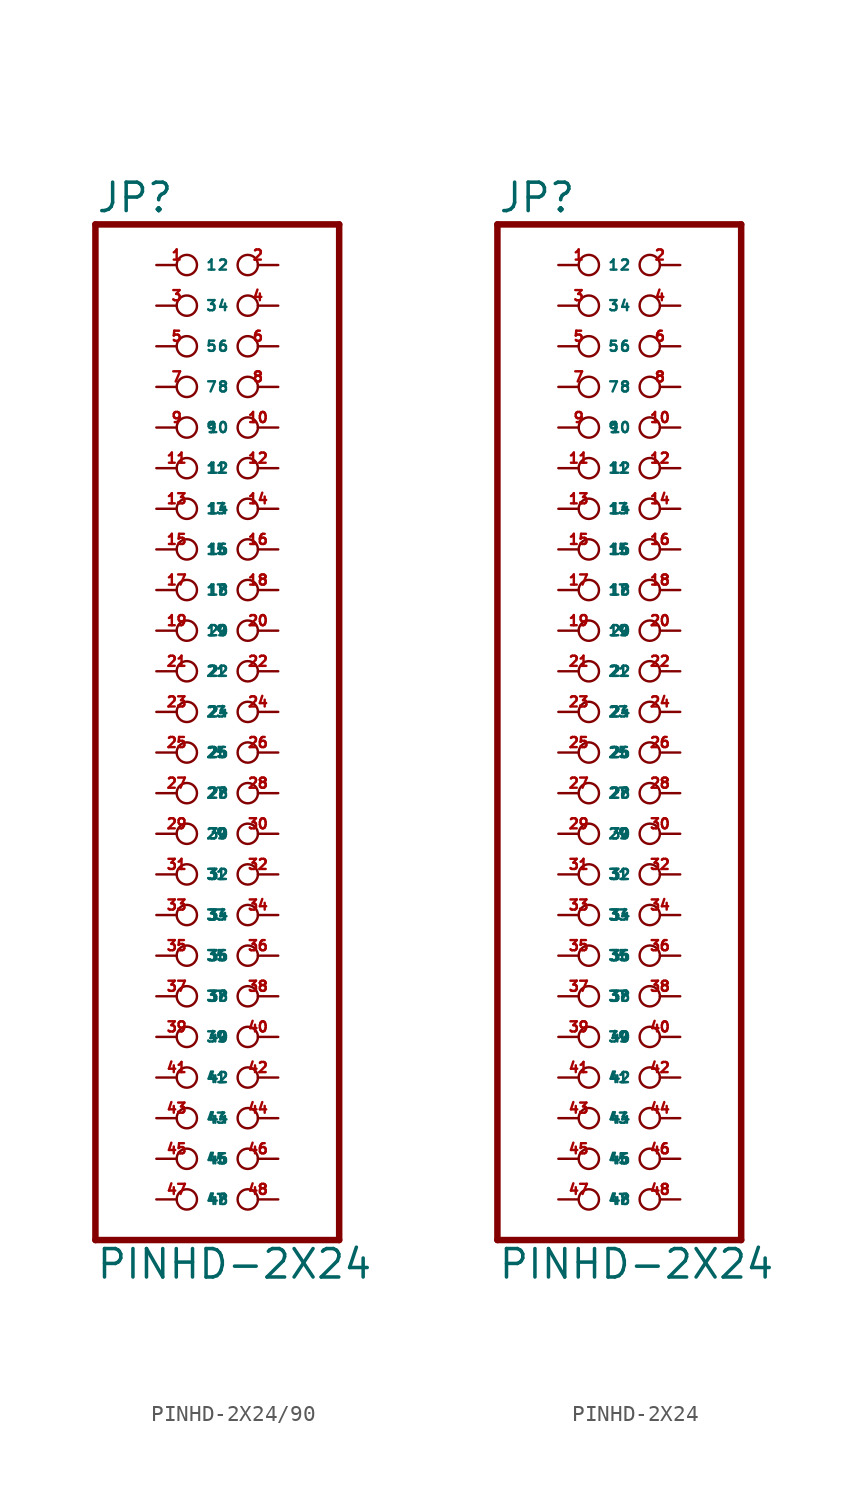
<source format=kicad_sym>
(kicad_symbol_lib
  (version 20220914)
  (generator Eagle2Kicad)
  (symbol "PINHD-2X24/90"
    (property "Reference" "JP"
      (at -6.35 31.115 0)
      (effects (font (size 1.778 1.778) (thickness 0.22)) (justify left bottom)))
    (property "Value" "PINHD-2X24"
      (at -6.35 -35.56 0)
      (effects (font (size 1.778 1.778) (thickness 0.22)) (justify left bottom)))
    (polyline
      (pts (xy -6.35 -33.02) (xy 8.89 -33.02))
      (stroke (width 0.406) (type default))
      (fill (type none)))
    (polyline
      (pts (xy 8.89 -33.02) (xy 8.89 30.48))
      (stroke (width 0.406) (type default))
      (fill (type none)))
    (polyline
      (pts (xy 8.89 30.48) (xy -6.35 30.48))
      (stroke (width 0.406) (type default))
      (fill (type none)))
    (polyline
      (pts (xy -6.35 30.48) (xy -6.35 -33.02))
      (stroke (width 0.406) (type default))
      (fill (type none)))
    (pin passive inverted
      (at -2.54 27.94 0)
      (length 2.54)
      (name "1" (effects (font (size 0.635 0.635) (thickness 0.08)) (justify left bottom)))
      (number "1" (effects (font (size 0.635 0.635) (thickness 0.08)) (justify left bottom))))
    (pin passive inverted
      (at 5.08 27.94 180)
      (length 2.54)
      (name "2" (effects (font (size 0.635 0.635) (thickness 0.08)) (justify left bottom)))
      (number "2" (effects (font (size 0.635 0.635) (thickness 0.08)) (justify left bottom))))
    (pin passive inverted
      (at -2.54 25.4 0)
      (length 2.54)
      (name "3" (effects (font (size 0.635 0.635) (thickness 0.08)) (justify left bottom)))
      (number "3" (effects (font (size 0.635 0.635) (thickness 0.08)) (justify left bottom))))
    (pin passive inverted
      (at 5.08 25.4 180)
      (length 2.54)
      (name "4" (effects (font (size 0.635 0.635) (thickness 0.08)) (justify left bottom)))
      (number "4" (effects (font (size 0.635 0.635) (thickness 0.08)) (justify left bottom))))
    (pin passive inverted
      (at -2.54 22.86 0)
      (length 2.54)
      (name "5" (effects (font (size 0.635 0.635) (thickness 0.08)) (justify left bottom)))
      (number "5" (effects (font (size 0.635 0.635) (thickness 0.08)) (justify left bottom))))
    (pin passive inverted
      (at 5.08 22.86 180)
      (length 2.54)
      (name "6" (effects (font (size 0.635 0.635) (thickness 0.08)) (justify left bottom)))
      (number "6" (effects (font (size 0.635 0.635) (thickness 0.08)) (justify left bottom))))
    (pin passive inverted
      (at -2.54 20.32 0)
      (length 2.54)
      (name "7" (effects (font (size 0.635 0.635) (thickness 0.08)) (justify left bottom)))
      (number "7" (effects (font (size 0.635 0.635) (thickness 0.08)) (justify left bottom))))
    (pin passive inverted
      (at 5.08 20.32 180)
      (length 2.54)
      (name "8" (effects (font (size 0.635 0.635) (thickness 0.08)) (justify left bottom)))
      (number "8" (effects (font (size 0.635 0.635) (thickness 0.08)) (justify left bottom))))
    (pin passive inverted
      (at -2.54 17.78 0)
      (length 2.54)
      (name "9" (effects (font (size 0.635 0.635) (thickness 0.08)) (justify left bottom)))
      (number "9" (effects (font (size 0.635 0.635) (thickness 0.08)) (justify left bottom))))
    (pin passive inverted
      (at 5.08 17.78 180)
      (length 2.54)
      (name "10" (effects (font (size 0.635 0.635) (thickness 0.08)) (justify left bottom)))
      (number "10" (effects (font (size 0.635 0.635) (thickness 0.08)) (justify left bottom))))
    (pin passive inverted
      (at -2.54 15.24 0)
      (length 2.54)
      (name "11" (effects (font (size 0.635 0.635) (thickness 0.08)) (justify left bottom)))
      (number "11" (effects (font (size 0.635 0.635) (thickness 0.08)) (justify left bottom))))
    (pin passive inverted
      (at 5.08 15.24 180)
      (length 2.54)
      (name "12" (effects (font (size 0.635 0.635) (thickness 0.08)) (justify left bottom)))
      (number "12" (effects (font (size 0.635 0.635) (thickness 0.08)) (justify left bottom))))
    (pin passive inverted
      (at -2.54 12.7 0)
      (length 2.54)
      (name "13" (effects (font (size 0.635 0.635) (thickness 0.08)) (justify left bottom)))
      (number "13" (effects (font (size 0.635 0.635) (thickness 0.08)) (justify left bottom))))
    (pin passive inverted
      (at 5.08 12.7 180)
      (length 2.54)
      (name "14" (effects (font (size 0.635 0.635) (thickness 0.08)) (justify left bottom)))
      (number "14" (effects (font (size 0.635 0.635) (thickness 0.08)) (justify left bottom))))
    (pin passive inverted
      (at -2.54 10.16 0)
      (length 2.54)
      (name "15" (effects (font (size 0.635 0.635) (thickness 0.08)) (justify left bottom)))
      (number "15" (effects (font (size 0.635 0.635) (thickness 0.08)) (justify left bottom))))
    (pin passive inverted
      (at 5.08 10.16 180)
      (length 2.54)
      (name "16" (effects (font (size 0.635 0.635) (thickness 0.08)) (justify left bottom)))
      (number "16" (effects (font (size 0.635 0.635) (thickness 0.08)) (justify left bottom))))
    (pin passive inverted
      (at -2.54 7.62 0)
      (length 2.54)
      (name "17" (effects (font (size 0.635 0.635) (thickness 0.08)) (justify left bottom)))
      (number "17" (effects (font (size 0.635 0.635) (thickness 0.08)) (justify left bottom))))
    (pin passive inverted
      (at 5.08 7.62 180)
      (length 2.54)
      (name "18" (effects (font (size 0.635 0.635) (thickness 0.08)) (justify left bottom)))
      (number "18" (effects (font (size 0.635 0.635) (thickness 0.08)) (justify left bottom))))
    (pin passive inverted
      (at -2.54 5.08 0)
      (length 2.54)
      (name "19" (effects (font (size 0.635 0.635) (thickness 0.08)) (justify left bottom)))
      (number "19" (effects (font (size 0.635 0.635) (thickness 0.08)) (justify left bottom))))
    (pin passive inverted
      (at 5.08 5.08 180)
      (length 2.54)
      (name "20" (effects (font (size 0.635 0.635) (thickness 0.08)) (justify left bottom)))
      (number "20" (effects (font (size 0.635 0.635) (thickness 0.08)) (justify left bottom))))
    (pin passive inverted
      (at -2.54 2.54 0)
      (length 2.54)
      (name "21" (effects (font (size 0.635 0.635) (thickness 0.08)) (justify left bottom)))
      (number "21" (effects (font (size 0.635 0.635) (thickness 0.08)) (justify left bottom))))
    (pin passive inverted
      (at 5.08 2.54 180)
      (length 2.54)
      (name "22" (effects (font (size 0.635 0.635) (thickness 0.08)) (justify left bottom)))
      (number "22" (effects (font (size 0.635 0.635) (thickness 0.08)) (justify left bottom))))
    (pin passive inverted
      (at -2.54 0 0)
      (length 2.54)
      (name "23" (effects (font (size 0.635 0.635) (thickness 0.08)) (justify left bottom)))
      (number "23" (effects (font (size 0.635 0.635) (thickness 0.08)) (justify left bottom))))
    (pin passive inverted
      (at 5.08 0 180)
      (length 2.54)
      (name "24" (effects (font (size 0.635 0.635) (thickness 0.08)) (justify left bottom)))
      (number "24" (effects (font (size 0.635 0.635) (thickness 0.08)) (justify left bottom))))
    (pin passive inverted
      (at -2.54 -2.54 0)
      (length 2.54)
      (name "25" (effects (font (size 0.635 0.635) (thickness 0.08)) (justify left bottom)))
      (number "25" (effects (font (size 0.635 0.635) (thickness 0.08)) (justify left bottom))))
    (pin passive inverted
      (at 5.08 -2.54 180)
      (length 2.54)
      (name "26" (effects (font (size 0.635 0.635) (thickness 0.08)) (justify left bottom)))
      (number "26" (effects (font (size 0.635 0.635) (thickness 0.08)) (justify left bottom))))
    (pin passive inverted
      (at -2.54 -5.08 0)
      (length 2.54)
      (name "27" (effects (font (size 0.635 0.635) (thickness 0.08)) (justify left bottom)))
      (number "27" (effects (font (size 0.635 0.635) (thickness 0.08)) (justify left bottom))))
    (pin passive inverted
      (at 5.08 -5.08 180)
      (length 2.54)
      (name "28" (effects (font (size 0.635 0.635) (thickness 0.08)) (justify left bottom)))
      (number "28" (effects (font (size 0.635 0.635) (thickness 0.08)) (justify left bottom))))
    (pin passive inverted
      (at -2.54 -7.62 0)
      (length 2.54)
      (name "29" (effects (font (size 0.635 0.635) (thickness 0.08)) (justify left bottom)))
      (number "29" (effects (font (size 0.635 0.635) (thickness 0.08)) (justify left bottom))))
    (pin passive inverted
      (at 5.08 -7.62 180)
      (length 2.54)
      (name "30" (effects (font (size 0.635 0.635) (thickness 0.08)) (justify left bottom)))
      (number "30" (effects (font (size 0.635 0.635) (thickness 0.08)) (justify left bottom))))
    (pin passive inverted
      (at -2.54 -10.16 0)
      (length 2.54)
      (name "31" (effects (font (size 0.635 0.635) (thickness 0.08)) (justify left bottom)))
      (number "31" (effects (font (size 0.635 0.635) (thickness 0.08)) (justify left bottom))))
    (pin passive inverted
      (at 5.08 -10.16 180)
      (length 2.54)
      (name "32" (effects (font (size 0.635 0.635) (thickness 0.08)) (justify left bottom)))
      (number "32" (effects (font (size 0.635 0.635) (thickness 0.08)) (justify left bottom))))
    (pin passive inverted
      (at -2.54 -12.7 0)
      (length 2.54)
      (name "33" (effects (font (size 0.635 0.635) (thickness 0.08)) (justify left bottom)))
      (number "33" (effects (font (size 0.635 0.635) (thickness 0.08)) (justify left bottom))))
    (pin passive inverted
      (at 5.08 -12.7 180)
      (length 2.54)
      (name "34" (effects (font (size 0.635 0.635) (thickness 0.08)) (justify left bottom)))
      (number "34" (effects (font (size 0.635 0.635) (thickness 0.08)) (justify left bottom))))
    (pin passive inverted
      (at -2.54 -15.24 0)
      (length 2.54)
      (name "35" (effects (font (size 0.635 0.635) (thickness 0.08)) (justify left bottom)))
      (number "35" (effects (font (size 0.635 0.635) (thickness 0.08)) (justify left bottom))))
    (pin passive inverted
      (at 5.08 -15.24 180)
      (length 2.54)
      (name "36" (effects (font (size 0.635 0.635) (thickness 0.08)) (justify left bottom)))
      (number "36" (effects (font (size 0.635 0.635) (thickness 0.08)) (justify left bottom))))
    (pin passive inverted
      (at -2.54 -17.78 0)
      (length 2.54)
      (name "37" (effects (font (size 0.635 0.635) (thickness 0.08)) (justify left bottom)))
      (number "37" (effects (font (size 0.635 0.635) (thickness 0.08)) (justify left bottom))))
    (pin passive inverted
      (at 5.08 -17.78 180)
      (length 2.54)
      (name "38" (effects (font (size 0.635 0.635) (thickness 0.08)) (justify left bottom)))
      (number "38" (effects (font (size 0.635 0.635) (thickness 0.08)) (justify left bottom))))
    (pin passive inverted
      (at -2.54 -20.32 0)
      (length 2.54)
      (name "39" (effects (font (size 0.635 0.635) (thickness 0.08)) (justify left bottom)))
      (number "39" (effects (font (size 0.635 0.635) (thickness 0.08)) (justify left bottom))))
    (pin passive inverted
      (at 5.08 -20.32 180)
      (length 2.54)
      (name "40" (effects (font (size 0.635 0.635) (thickness 0.08)) (justify left bottom)))
      (number "40" (effects (font (size 0.635 0.635) (thickness 0.08)) (justify left bottom))))
    (pin passive inverted
      (at -2.54 -22.86 0)
      (length 2.54)
      (name "41" (effects (font (size 0.635 0.635) (thickness 0.08)) (justify left bottom)))
      (number "41" (effects (font (size 0.635 0.635) (thickness 0.08)) (justify left bottom))))
    (pin passive inverted
      (at 5.08 -22.86 180)
      (length 2.54)
      (name "42" (effects (font (size 0.635 0.635) (thickness 0.08)) (justify left bottom)))
      (number "42" (effects (font (size 0.635 0.635) (thickness 0.08)) (justify left bottom))))
    (pin passive inverted
      (at -2.54 -25.4 0)
      (length 2.54)
      (name "43" (effects (font (size 0.635 0.635) (thickness 0.08)) (justify left bottom)))
      (number "43" (effects (font (size 0.635 0.635) (thickness 0.08)) (justify left bottom))))
    (pin passive inverted
      (at 5.08 -25.4 180)
      (length 2.54)
      (name "44" (effects (font (size 0.635 0.635) (thickness 0.08)) (justify left bottom)))
      (number "44" (effects (font (size 0.635 0.635) (thickness 0.08)) (justify left bottom))))
    (pin passive inverted
      (at -2.54 -27.94 0)
      (length 2.54)
      (name "45" (effects (font (size 0.635 0.635) (thickness 0.08)) (justify left bottom)))
      (number "45" (effects (font (size 0.635 0.635) (thickness 0.08)) (justify left bottom))))
    (pin passive inverted
      (at 5.08 -27.94 180)
      (length 2.54)
      (name "46" (effects (font (size 0.635 0.635) (thickness 0.08)) (justify left bottom)))
      (number "46" (effects (font (size 0.635 0.635) (thickness 0.08)) (justify left bottom))))
    (pin passive inverted
      (at -2.54 -30.48 0)
      (length 2.54)
      (name "47" (effects (font (size 0.635 0.635) (thickness 0.08)) (justify left bottom)))
      (number "47" (effects (font (size 0.635 0.635) (thickness 0.08)) (justify left bottom))))
    (pin passive inverted
      (at 5.08 -30.48 180)
      (length 2.54)
      (name "48" (effects (font (size 0.635 0.635) (thickness 0.08)) (justify left bottom)))
      (number "48" (effects (font (size 0.635 0.635) (thickness 0.08)) (justify left bottom)))))
  (symbol "PINHD-2X24"
    (property "Reference" "JP"
      (at -6.35 31.115 0)
      (effects (font (size 1.778 1.778) (thickness 0.22)) (justify left bottom)))
    (property "Value" "PINHD-2X24"
      (at -6.35 -35.56 0)
      (effects (font (size 1.778 1.778) (thickness 0.22)) (justify left bottom)))
    (polyline
      (pts (xy -6.35 -33.02) (xy 8.89 -33.02))
      (stroke (width 0.406) (type default))
      (fill (type none)))
    (polyline
      (pts (xy 8.89 -33.02) (xy 8.89 30.48))
      (stroke (width 0.406) (type default))
      (fill (type none)))
    (polyline
      (pts (xy 8.89 30.48) (xy -6.35 30.48))
      (stroke (width 0.406) (type default))
      (fill (type none)))
    (polyline
      (pts (xy -6.35 30.48) (xy -6.35 -33.02))
      (stroke (width 0.406) (type default))
      (fill (type none)))
    (pin passive inverted
      (at -2.54 27.94 0)
      (length 2.54)
      (name "1" (effects (font (size 0.635 0.635) (thickness 0.08)) (justify left bottom)))
      (number "1" (effects (font (size 0.635 0.635) (thickness 0.08)) (justify left bottom))))
    (pin passive inverted
      (at 5.08 27.94 180)
      (length 2.54)
      (name "2" (effects (font (size 0.635 0.635) (thickness 0.08)) (justify left bottom)))
      (number "2" (effects (font (size 0.635 0.635) (thickness 0.08)) (justify left bottom))))
    (pin passive inverted
      (at -2.54 25.4 0)
      (length 2.54)
      (name "3" (effects (font (size 0.635 0.635) (thickness 0.08)) (justify left bottom)))
      (number "3" (effects (font (size 0.635 0.635) (thickness 0.08)) (justify left bottom))))
    (pin passive inverted
      (at 5.08 25.4 180)
      (length 2.54)
      (name "4" (effects (font (size 0.635 0.635) (thickness 0.08)) (justify left bottom)))
      (number "4" (effects (font (size 0.635 0.635) (thickness 0.08)) (justify left bottom))))
    (pin passive inverted
      (at -2.54 22.86 0)
      (length 2.54)
      (name "5" (effects (font (size 0.635 0.635) (thickness 0.08)) (justify left bottom)))
      (number "5" (effects (font (size 0.635 0.635) (thickness 0.08)) (justify left bottom))))
    (pin passive inverted
      (at 5.08 22.86 180)
      (length 2.54)
      (name "6" (effects (font (size 0.635 0.635) (thickness 0.08)) (justify left bottom)))
      (number "6" (effects (font (size 0.635 0.635) (thickness 0.08)) (justify left bottom))))
    (pin passive inverted
      (at -2.54 20.32 0)
      (length 2.54)
      (name "7" (effects (font (size 0.635 0.635) (thickness 0.08)) (justify left bottom)))
      (number "7" (effects (font (size 0.635 0.635) (thickness 0.08)) (justify left bottom))))
    (pin passive inverted
      (at 5.08 20.32 180)
      (length 2.54)
      (name "8" (effects (font (size 0.635 0.635) (thickness 0.08)) (justify left bottom)))
      (number "8" (effects (font (size 0.635 0.635) (thickness 0.08)) (justify left bottom))))
    (pin passive inverted
      (at -2.54 17.78 0)
      (length 2.54)
      (name "9" (effects (font (size 0.635 0.635) (thickness 0.08)) (justify left bottom)))
      (number "9" (effects (font (size 0.635 0.635) (thickness 0.08)) (justify left bottom))))
    (pin passive inverted
      (at 5.08 17.78 180)
      (length 2.54)
      (name "10" (effects (font (size 0.635 0.635) (thickness 0.08)) (justify left bottom)))
      (number "10" (effects (font (size 0.635 0.635) (thickness 0.08)) (justify left bottom))))
    (pin passive inverted
      (at -2.54 15.24 0)
      (length 2.54)
      (name "11" (effects (font (size 0.635 0.635) (thickness 0.08)) (justify left bottom)))
      (number "11" (effects (font (size 0.635 0.635) (thickness 0.08)) (justify left bottom))))
    (pin passive inverted
      (at 5.08 15.24 180)
      (length 2.54)
      (name "12" (effects (font (size 0.635 0.635) (thickness 0.08)) (justify left bottom)))
      (number "12" (effects (font (size 0.635 0.635) (thickness 0.08)) (justify left bottom))))
    (pin passive inverted
      (at -2.54 12.7 0)
      (length 2.54)
      (name "13" (effects (font (size 0.635 0.635) (thickness 0.08)) (justify left bottom)))
      (number "13" (effects (font (size 0.635 0.635) (thickness 0.08)) (justify left bottom))))
    (pin passive inverted
      (at 5.08 12.7 180)
      (length 2.54)
      (name "14" (effects (font (size 0.635 0.635) (thickness 0.08)) (justify left bottom)))
      (number "14" (effects (font (size 0.635 0.635) (thickness 0.08)) (justify left bottom))))
    (pin passive inverted
      (at -2.54 10.16 0)
      (length 2.54)
      (name "15" (effects (font (size 0.635 0.635) (thickness 0.08)) (justify left bottom)))
      (number "15" (effects (font (size 0.635 0.635) (thickness 0.08)) (justify left bottom))))
    (pin passive inverted
      (at 5.08 10.16 180)
      (length 2.54)
      (name "16" (effects (font (size 0.635 0.635) (thickness 0.08)) (justify left bottom)))
      (number "16" (effects (font (size 0.635 0.635) (thickness 0.08)) (justify left bottom))))
    (pin passive inverted
      (at -2.54 7.62 0)
      (length 2.54)
      (name "17" (effects (font (size 0.635 0.635) (thickness 0.08)) (justify left bottom)))
      (number "17" (effects (font (size 0.635 0.635) (thickness 0.08)) (justify left bottom))))
    (pin passive inverted
      (at 5.08 7.62 180)
      (length 2.54)
      (name "18" (effects (font (size 0.635 0.635) (thickness 0.08)) (justify left bottom)))
      (number "18" (effects (font (size 0.635 0.635) (thickness 0.08)) (justify left bottom))))
    (pin passive inverted
      (at -2.54 5.08 0)
      (length 2.54)
      (name "19" (effects (font (size 0.635 0.635) (thickness 0.08)) (justify left bottom)))
      (number "19" (effects (font (size 0.635 0.635) (thickness 0.08)) (justify left bottom))))
    (pin passive inverted
      (at 5.08 5.08 180)
      (length 2.54)
      (name "20" (effects (font (size 0.635 0.635) (thickness 0.08)) (justify left bottom)))
      (number "20" (effects (font (size 0.635 0.635) (thickness 0.08)) (justify left bottom))))
    (pin passive inverted
      (at -2.54 2.54 0)
      (length 2.54)
      (name "21" (effects (font (size 0.635 0.635) (thickness 0.08)) (justify left bottom)))
      (number "21" (effects (font (size 0.635 0.635) (thickness 0.08)) (justify left bottom))))
    (pin passive inverted
      (at 5.08 2.54 180)
      (length 2.54)
      (name "22" (effects (font (size 0.635 0.635) (thickness 0.08)) (justify left bottom)))
      (number "22" (effects (font (size 0.635 0.635) (thickness 0.08)) (justify left bottom))))
    (pin passive inverted
      (at -2.54 0 0)
      (length 2.54)
      (name "23" (effects (font (size 0.635 0.635) (thickness 0.08)) (justify left bottom)))
      (number "23" (effects (font (size 0.635 0.635) (thickness 0.08)) (justify left bottom))))
    (pin passive inverted
      (at 5.08 0 180)
      (length 2.54)
      (name "24" (effects (font (size 0.635 0.635) (thickness 0.08)) (justify left bottom)))
      (number "24" (effects (font (size 0.635 0.635) (thickness 0.08)) (justify left bottom))))
    (pin passive inverted
      (at -2.54 -2.54 0)
      (length 2.54)
      (name "25" (effects (font (size 0.635 0.635) (thickness 0.08)) (justify left bottom)))
      (number "25" (effects (font (size 0.635 0.635) (thickness 0.08)) (justify left bottom))))
    (pin passive inverted
      (at 5.08 -2.54 180)
      (length 2.54)
      (name "26" (effects (font (size 0.635 0.635) (thickness 0.08)) (justify left bottom)))
      (number "26" (effects (font (size 0.635 0.635) (thickness 0.08)) (justify left bottom))))
    (pin passive inverted
      (at -2.54 -5.08 0)
      (length 2.54)
      (name "27" (effects (font (size 0.635 0.635) (thickness 0.08)) (justify left bottom)))
      (number "27" (effects (font (size 0.635 0.635) (thickness 0.08)) (justify left bottom))))
    (pin passive inverted
      (at 5.08 -5.08 180)
      (length 2.54)
      (name "28" (effects (font (size 0.635 0.635) (thickness 0.08)) (justify left bottom)))
      (number "28" (effects (font (size 0.635 0.635) (thickness 0.08)) (justify left bottom))))
    (pin passive inverted
      (at -2.54 -7.62 0)
      (length 2.54)
      (name "29" (effects (font (size 0.635 0.635) (thickness 0.08)) (justify left bottom)))
      (number "29" (effects (font (size 0.635 0.635) (thickness 0.08)) (justify left bottom))))
    (pin passive inverted
      (at 5.08 -7.62 180)
      (length 2.54)
      (name "30" (effects (font (size 0.635 0.635) (thickness 0.08)) (justify left bottom)))
      (number "30" (effects (font (size 0.635 0.635) (thickness 0.08)) (justify left bottom))))
    (pin passive inverted
      (at -2.54 -10.16 0)
      (length 2.54)
      (name "31" (effects (font (size 0.635 0.635) (thickness 0.08)) (justify left bottom)))
      (number "31" (effects (font (size 0.635 0.635) (thickness 0.08)) (justify left bottom))))
    (pin passive inverted
      (at 5.08 -10.16 180)
      (length 2.54)
      (name "32" (effects (font (size 0.635 0.635) (thickness 0.08)) (justify left bottom)))
      (number "32" (effects (font (size 0.635 0.635) (thickness 0.08)) (justify left bottom))))
    (pin passive inverted
      (at -2.54 -12.7 0)
      (length 2.54)
      (name "33" (effects (font (size 0.635 0.635) (thickness 0.08)) (justify left bottom)))
      (number "33" (effects (font (size 0.635 0.635) (thickness 0.08)) (justify left bottom))))
    (pin passive inverted
      (at 5.08 -12.7 180)
      (length 2.54)
      (name "34" (effects (font (size 0.635 0.635) (thickness 0.08)) (justify left bottom)))
      (number "34" (effects (font (size 0.635 0.635) (thickness 0.08)) (justify left bottom))))
    (pin passive inverted
      (at -2.54 -15.24 0)
      (length 2.54)
      (name "35" (effects (font (size 0.635 0.635) (thickness 0.08)) (justify left bottom)))
      (number "35" (effects (font (size 0.635 0.635) (thickness 0.08)) (justify left bottom))))
    (pin passive inverted
      (at 5.08 -15.24 180)
      (length 2.54)
      (name "36" (effects (font (size 0.635 0.635) (thickness 0.08)) (justify left bottom)))
      (number "36" (effects (font (size 0.635 0.635) (thickness 0.08)) (justify left bottom))))
    (pin passive inverted
      (at -2.54 -17.78 0)
      (length 2.54)
      (name "37" (effects (font (size 0.635 0.635) (thickness 0.08)) (justify left bottom)))
      (number "37" (effects (font (size 0.635 0.635) (thickness 0.08)) (justify left bottom))))
    (pin passive inverted
      (at 5.08 -17.78 180)
      (length 2.54)
      (name "38" (effects (font (size 0.635 0.635) (thickness 0.08)) (justify left bottom)))
      (number "38" (effects (font (size 0.635 0.635) (thickness 0.08)) (justify left bottom))))
    (pin passive inverted
      (at -2.54 -20.32 0)
      (length 2.54)
      (name "39" (effects (font (size 0.635 0.635) (thickness 0.08)) (justify left bottom)))
      (number "39" (effects (font (size 0.635 0.635) (thickness 0.08)) (justify left bottom))))
    (pin passive inverted
      (at 5.08 -20.32 180)
      (length 2.54)
      (name "40" (effects (font (size 0.635 0.635) (thickness 0.08)) (justify left bottom)))
      (number "40" (effects (font (size 0.635 0.635) (thickness 0.08)) (justify left bottom))))
    (pin passive inverted
      (at -2.54 -22.86 0)
      (length 2.54)
      (name "41" (effects (font (size 0.635 0.635) (thickness 0.08)) (justify left bottom)))
      (number "41" (effects (font (size 0.635 0.635) (thickness 0.08)) (justify left bottom))))
    (pin passive inverted
      (at 5.08 -22.86 180)
      (length 2.54)
      (name "42" (effects (font (size 0.635 0.635) (thickness 0.08)) (justify left bottom)))
      (number "42" (effects (font (size 0.635 0.635) (thickness 0.08)) (justify left bottom))))
    (pin passive inverted
      (at -2.54 -25.4 0)
      (length 2.54)
      (name "43" (effects (font (size 0.635 0.635) (thickness 0.08)) (justify left bottom)))
      (number "43" (effects (font (size 0.635 0.635) (thickness 0.08)) (justify left bottom))))
    (pin passive inverted
      (at 5.08 -25.4 180)
      (length 2.54)
      (name "44" (effects (font (size 0.635 0.635) (thickness 0.08)) (justify left bottom)))
      (number "44" (effects (font (size 0.635 0.635) (thickness 0.08)) (justify left bottom))))
    (pin passive inverted
      (at -2.54 -27.94 0)
      (length 2.54)
      (name "45" (effects (font (size 0.635 0.635) (thickness 0.08)) (justify left bottom)))
      (number "45" (effects (font (size 0.635 0.635) (thickness 0.08)) (justify left bottom))))
    (pin passive inverted
      (at 5.08 -27.94 180)
      (length 2.54)
      (name "46" (effects (font (size 0.635 0.635) (thickness 0.08)) (justify left bottom)))
      (number "46" (effects (font (size 0.635 0.635) (thickness 0.08)) (justify left bottom))))
    (pin passive inverted
      (at -2.54 -30.48 0)
      (length 2.54)
      (name "47" (effects (font (size 0.635 0.635) (thickness 0.08)) (justify left bottom)))
      (number "47" (effects (font (size 0.635 0.635) (thickness 0.08)) (justify left bottom))))
    (pin passive inverted
      (at 5.08 -30.48 180)
      (length 2.54)
      (name "48" (effects (font (size 0.635 0.635) (thickness 0.08)) (justify left bottom)))
      (number "48" (effects (font (size 0.635 0.635) (thickness 0.08)) (justify left bottom))))))
</source>
